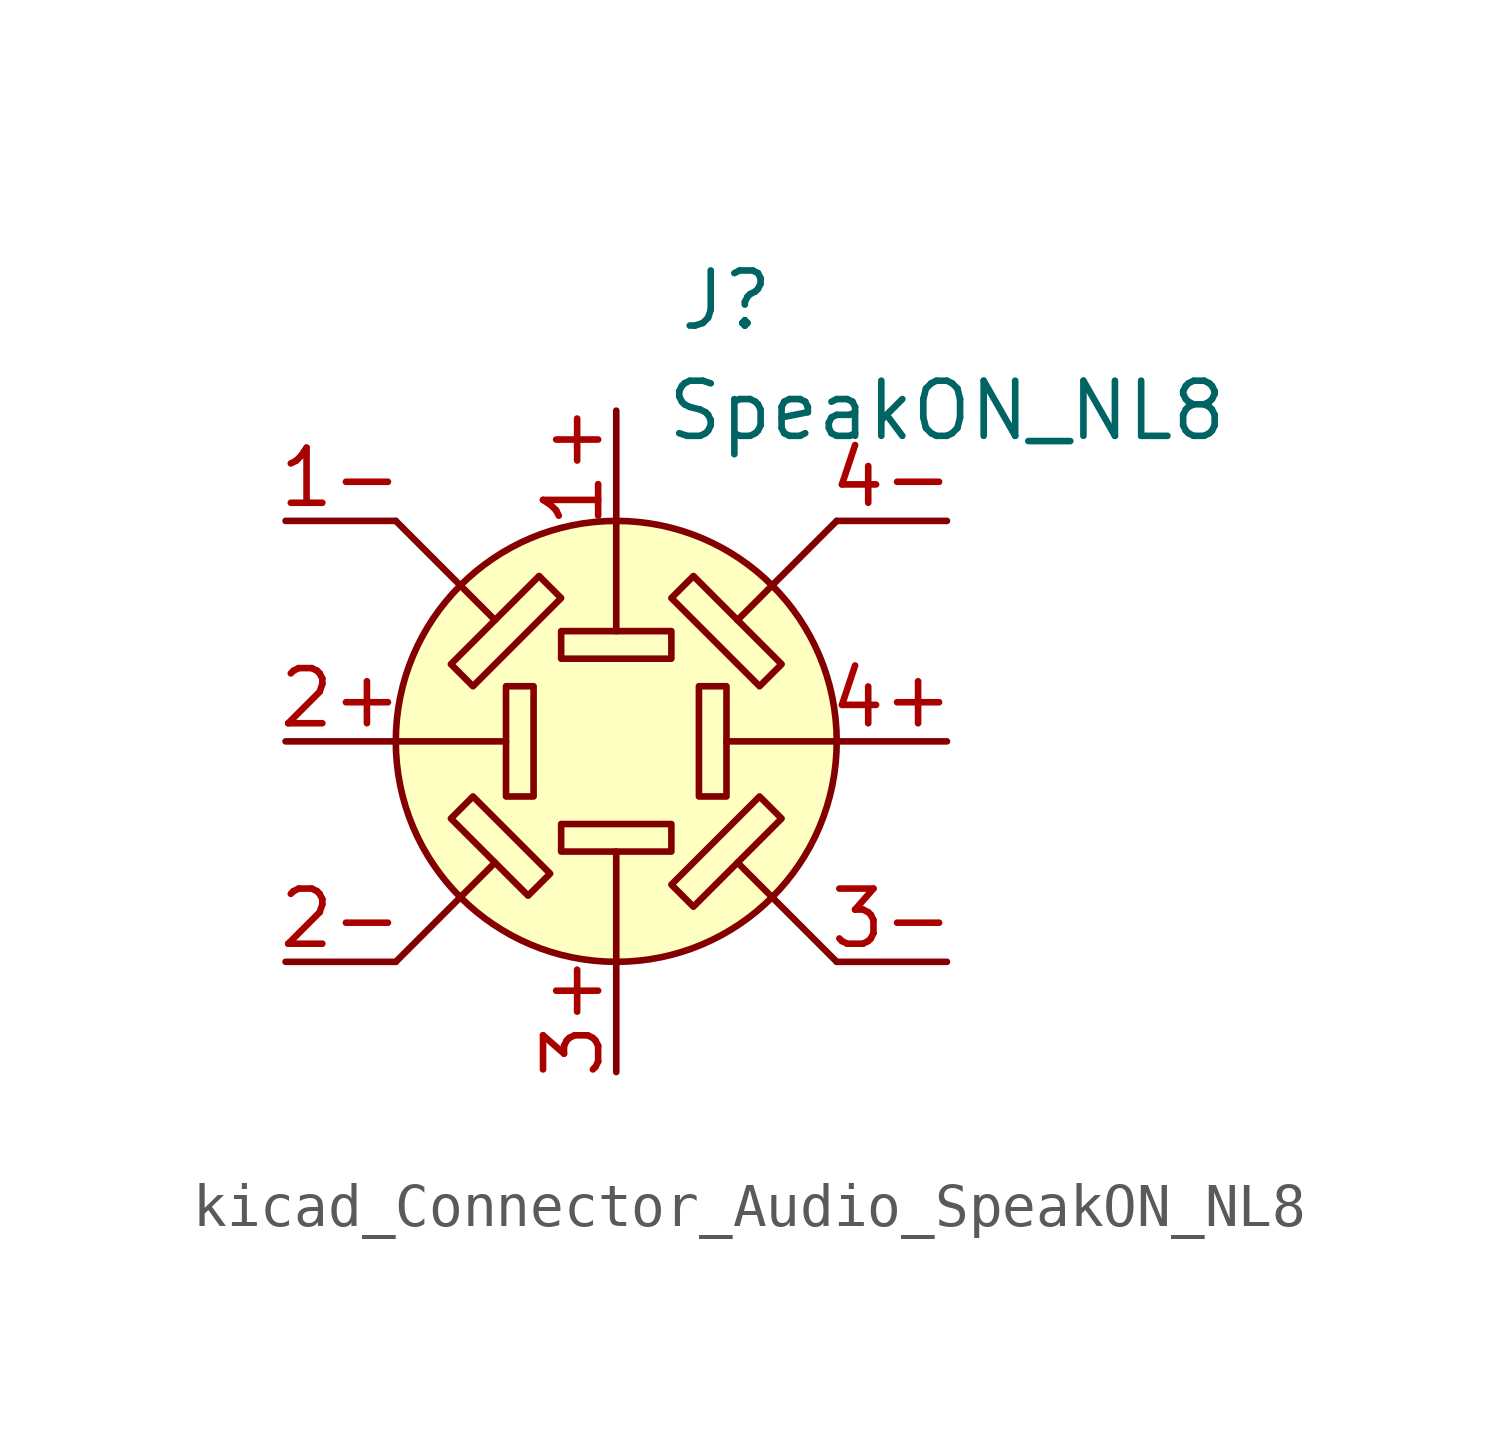
<source format=kicad_sym>
(kicad_symbol_lib
  (version 20220914)
  (generator kicad_symbol_editor)
  (symbol "kicad_Connector_Audio_SpeakON_NL8"
    (pin_names hide)
    (property "Reference" "J"
      (at 2.54 10.16 0)
      (effects (font (size 1.27 1.27))))
    (property "Value" "SpeakON_NL8"
      (at 7.62 7.62 0)
      (effects (font (size 1.27 1.27))))
    (symbol "kicad_Connector_Audio_SpeakON_NL8_0_1"
      (rectangle (start -2.54 1.27) (end -1.905 -1.27) (stroke (width 0) (type default)) (fill (type none)))
      (rectangle (start -1.27 -2.54) (end 1.27 -1.905) (stroke (width 0) (type default)) (fill (type none)))
      (rectangle (start -1.27 2.54) (end 1.27 1.905) (stroke (width 0) (type default)) (fill (type none)))
      (polyline (pts (xy -5.08 -5.08) (xy -2.794 -2.794)) (stroke (width 0) (type default)) (fill (type none)))
      (polyline (pts (xy -5.08 0) (xy -2.54 0)) (stroke (width 0) (type default)) (fill (type none)))
      (polyline (pts (xy -2.794 2.794) (xy -5.08 5.08)) (stroke (width 0) (type default)) (fill (type none)))
      (polyline (pts (xy 0 -5.08) (xy 0 -2.54)) (stroke (width 0) (type default)) (fill (type none)))
      (polyline (pts (xy 0 5.08) (xy 0 2.54)) (stroke (width 0) (type default)) (fill (type none)))
      (polyline (pts (xy 5.08 -5.08) (xy 2.794 -2.794)) (stroke (width 0) (type default)) (fill (type none)))
      (polyline (pts (xy 5.08 0) (xy 2.54 0)) (stroke (width 0) (type default)) (fill (type none)))
      (polyline (pts (xy 5.08 5.08) (xy 2.794 2.794)) (stroke (width 0) (type default)) (fill (type none)))
      (polyline (pts (xy -3.302 -1.27) (xy -1.524 -3.048) (xy -2.032 -3.556) (xy -3.81 -1.778) (xy -3.302 -1.27)) (stroke (width 0) (type default)) (fill (type none)))
      (polyline (pts (xy -1.27 3.302) (xy -3.302 1.27) (xy -3.81 1.778) (xy -1.778 3.81) (xy -1.27 3.302)) (stroke (width 0) (type default)) (fill (type none)))
      (polyline (pts (xy 1.27 3.302) (xy 3.302 1.27) (xy 3.81 1.778) (xy 1.778 3.81) (xy 1.27 3.302)) (stroke (width 0) (type default)) (fill (type none)))
      (polyline (pts (xy 3.302 -1.27) (xy 1.27 -3.302) (xy 1.778 -3.81) (xy 3.81 -1.778) (xy 3.302 -1.27)) (stroke (width 0) (type default)) (fill (type none)))
      (circle (center 0 0) (radius 5.08) (stroke (width 0) (type default)) (fill (type background)))
      (rectangle (start 2.54 1.27) (end 1.905 -1.27) (stroke (width 0) (type default)) (fill (type none)))
      (pin passive line (at -7.62 5.08 0) (length 2.54) (name "1-" (effects (font (size 1.27 1.27)))) (number "1-" (effects (font (size 1.27 1.27)))))
      (pin passive line (at -7.62 0 0) (length 2.54) (name "2+" (effects (font (size 1.27 1.27)))) (number "2+" (effects (font (size 1.27 1.27)))))
      (pin passive line (at -7.62 -5.08 0) (length 2.54) (name "2-" (effects (font (size 1.27 1.27)))) (number "2-" (effects (font (size 1.27 1.27)))))
      (pin passive line (at 0 -7.62 90) (length 2.54) (name "3+" (effects (font (size 1.27 1.27)))) (number "3+" (effects (font (size 1.27 1.27)))))
      (pin passive line (at 7.62 -5.08 180) (length 2.54) (name "3-" (effects (font (size 1.27 1.27)))) (number "3-" (effects (font (size 1.27 1.27)))))
      (pin passive line (at 7.62 0 180) (length 2.54) (name "4+" (effects (font (size 1.27 1.27)))) (number "4+" (effects (font (size 1.27 1.27)))))
      (pin passive line (at 7.62 5.08 180) (length 2.54) (name "4-" (effects (font (size 1.27 1.27)))) (number "4-" (effects (font (size 1.27 1.27))))))
    (symbol "kicad_Connector_Audio_SpeakON_NL8_1_1"
      (pin passive line (at 0 7.62 270) (length 2.54) (name "1+" (effects (font (size 1.27 1.27)))) (number "1+" (effects (font (size 1.27 1.27))))))))
</source>
